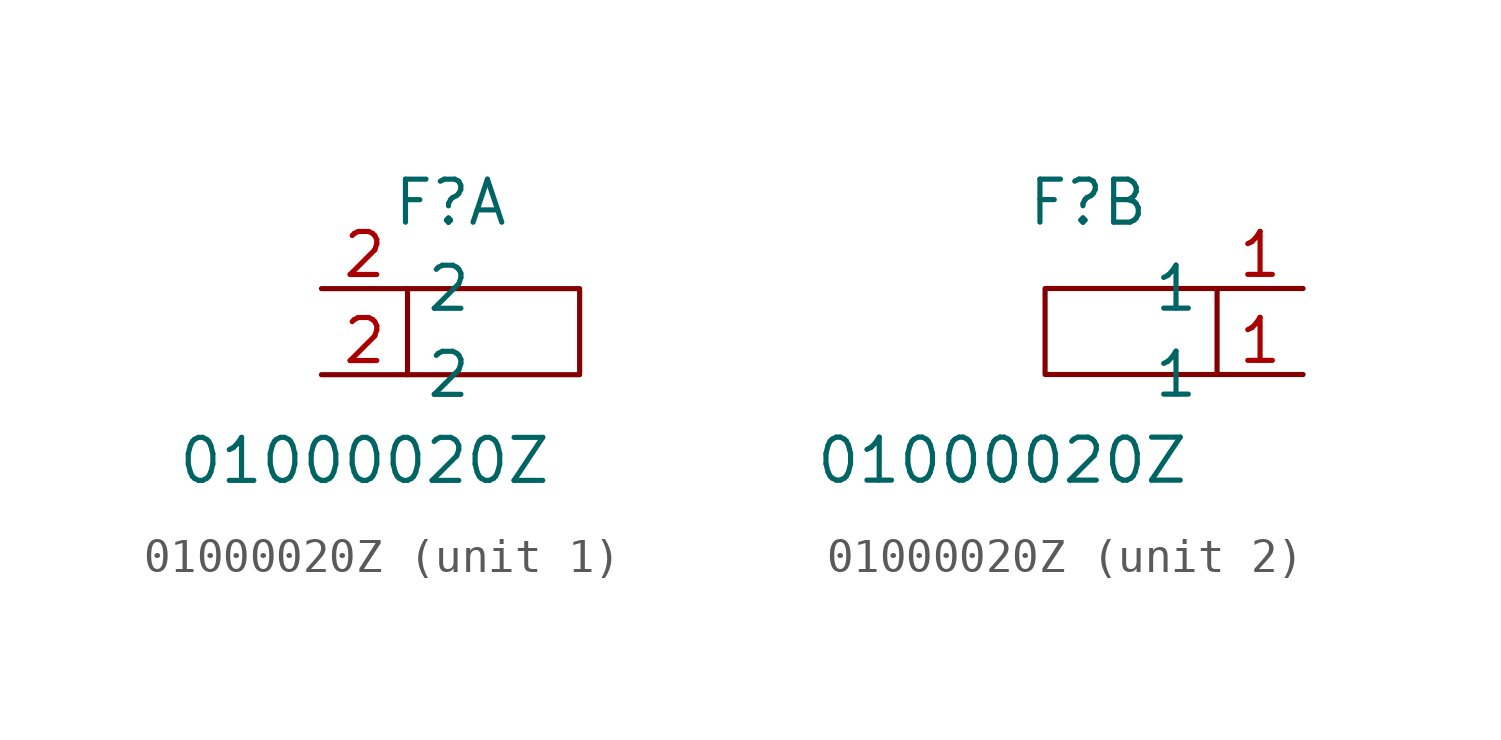
<source format=kicad_sym>
(kicad_symbol_lib
  (version 20211014)
  (generator kicad_symbol_editor)
  (symbol "01000020Z:01000020Z"
    (property "Reference" "F"
      (at -1.27 3.81 0)
      (effects (font (size 1.27 1.27))))
    (property "Value" "01000020Z"
      (at -3.81 -3.81 0)
      (effects (font (size 1.27 1.27))))
    (symbol "01000020Z_0_0"
      (text "" (at 2.54 -1.27 0) (effects (font (size 1.27 1.27)))))
    (symbol "01000020Z_0_1"
      (rectangle (start -2.54 1.27) (end 2.54 -1.27) (stroke (width 0.152) (type default) (color 0 0 0 0)) (fill (type none))))
    (symbol "01000020Z_1_1"
      (pin output line (at -5.08 -1.27 0) (length 2.54) (name "2" (effects (font (size 1.27 1.27)))) (number "2" (effects (font (size 1.27 1.27)))))
      (pin output line (at -5.08 1.27 0) (length 2.54) (name "2" (effects (font (size 1.27 1.27)))) (number "2" (effects (font (size 1.27 1.27))))))
    (symbol "01000020Z_2_1"
      (pin input line (at 5.08 -1.27 180) (length 2.54) (name "1" (effects (font (size 1.27 1.27)))) (number "1" (effects (font (size 1.27 1.27)))))
      (pin input line (at 5.08 1.27 180) (length 2.54) (name "1" (effects (font (size 1.27 1.27)))) (number "1" (effects (font (size 1.27 1.27))))))))
</source>
